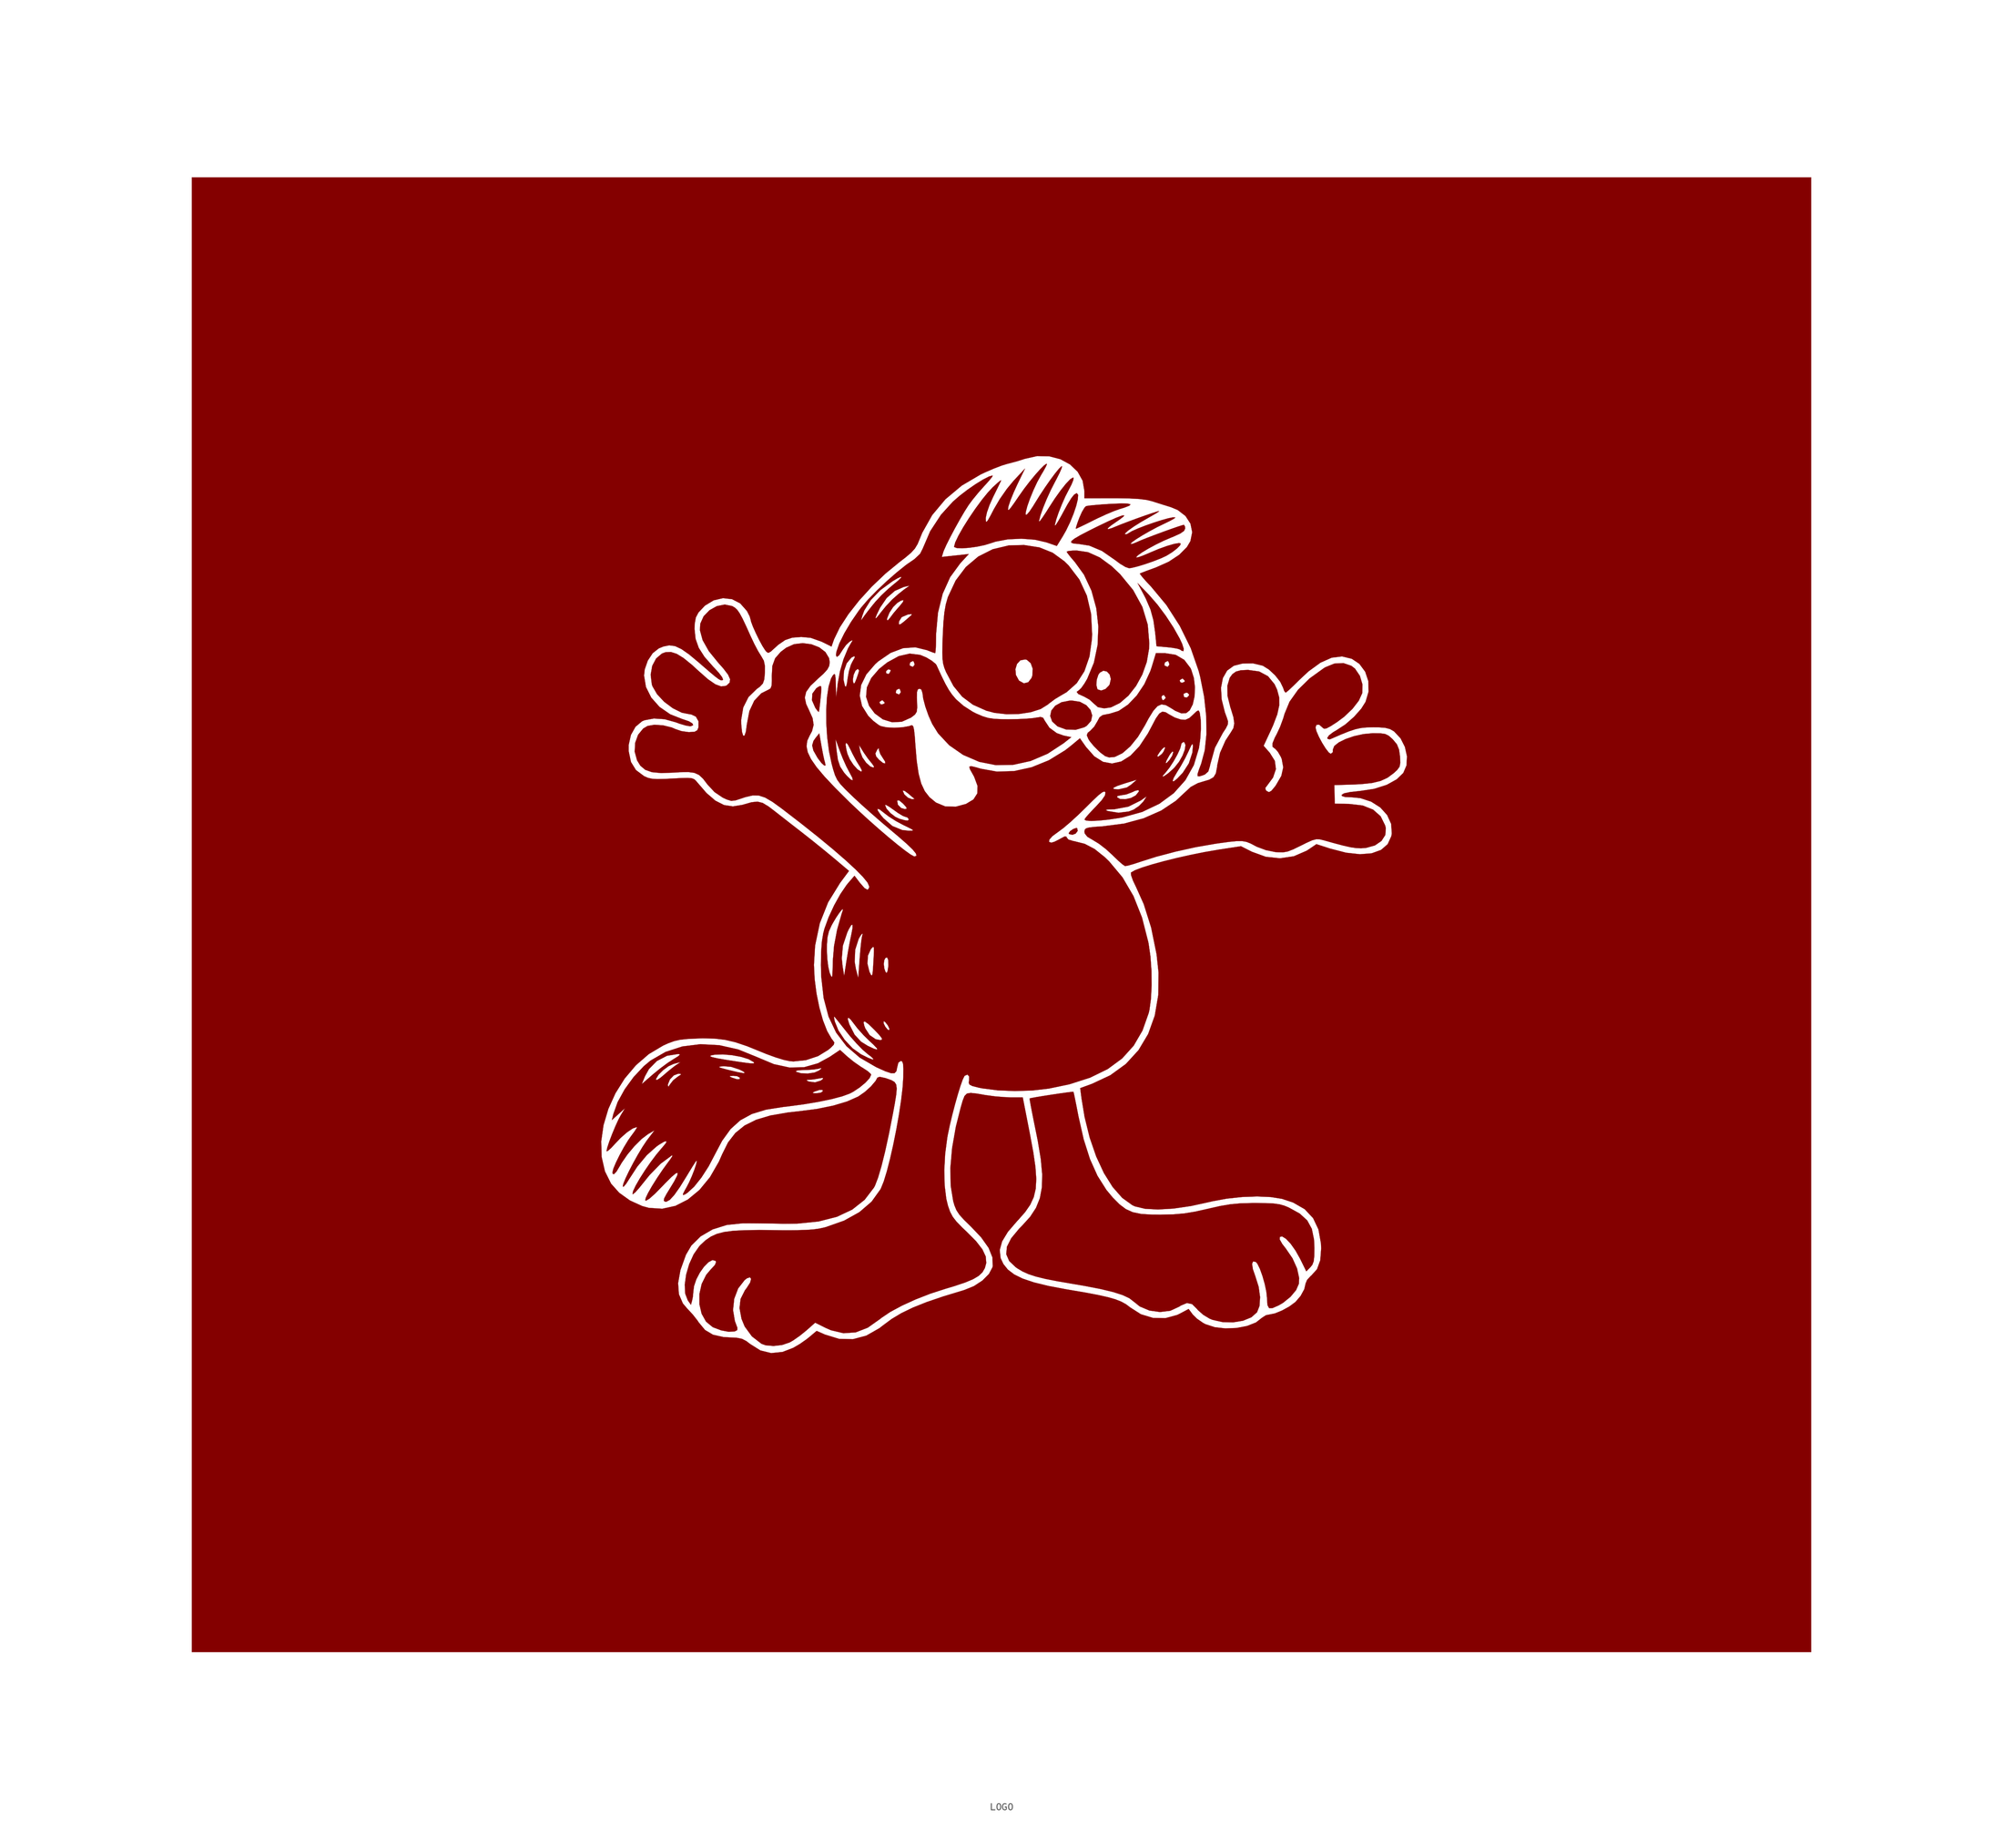
<source format=kicad_sym>
(kicad_symbol_lib
  (version 20210619)
  (generator bitmap2component)
  (symbol "LOGO"
    (pin_names
      (offset 1.016))
    (property "Reference" "#G"
      (at 0 98.055 0)
      (effects (font (size 1.27 1.27)) hide))
    (symbol "LOGO_0_0"
      (polyline (pts (xy 108.479 98.689) (xy -108.479 98.689) (xy -108.479 -30.497) (xy -53.629 -30.497) (xy -53.321 -28.333) (xy -52.674 -26.16) (xy -51.718 -24.05) (xy -50.477 -22.074) (xy -48.98 -20.303) (xy -47.252 -18.807) (xy -45.32 -17.657) (xy -44.664 -17.361) (xy -43.865 -17.066) (xy -43.059 -16.883) (xy -42.071 -16.778) (xy -40.728 -16.713) (xy -40.034 -16.695) (xy -38.469 -16.725) (xy -37.053 -16.891) (xy -35.634 -17.224) (xy -34.06 -17.756) (xy -32.179 -18.52) (xy -31.506 -18.795) (xy -30.275 -19.243) (xy -29.168 -19.582) (xy -28.361 -19.755) (xy -27.858 -19.79) (xy -26.204 -19.619) (xy -24.579 -19.079) (xy -23.204 -18.235) (xy -22.875 -17.957) (xy -22.471 -17.546) (xy -22.399 -17.257) (xy -22.598 -16.959) (xy -22.748 -16.779) (xy -23.356 -15.731) (xy -23.917 -14.292) (xy -24.402 -12.574) (xy -24.785 -10.687) (xy -25.037 -8.744) (xy -25.13 -6.855) (xy -24.975 -4.276) (xy -24.342 -1.264) (xy -23.225 1.542) (xy -21.63 4.128) (xy -20.432 5.742) (xy -22.453 7.445) (xy -22.83 7.76) (xy -24.088 8.793) (xy -25.451 9.889) (xy -26.68 10.858) (xy -27.183 11.248) (xy -28.38 12.178) (xy -29.544 13.088) (xy -30.485 13.824) (xy -31.232 14.392) (xy -32.003 14.855) (xy -32.695 15.026) (xy -33.488 14.943) (xy -34.56 14.639) (xy -34.728 14.589) (xy -35.993 14.387) (xy -37.171 14.565) (xy -38.327 15.152) (xy -39.523 16.181) (xy -40.821 17.682) (xy -40.927 17.812) (xy -41.167 18.031) (xy -41.498 18.157) (xy -42.029 18.204) (xy -42.87 18.186) (xy -44.128 18.119) (xy -45.066 18.071) (xy -46.109 18.048) (xy -46.839 18.094) (xy -47.383 18.22) (xy -47.871 18.437) (xy -47.897 18.451) (xy -48.977 19.261) (xy -49.644 20.342) (xy -49.946 21.771) (xy -49.945 22.645) (xy -49.648 23.969) (xy -49.035 25.061) (xy -48.165 25.791) (xy -47.83 25.937) (xy -46.582 26.168) (xy -45.136 26.076) (xy -43.656 25.665) (xy -43.131 25.472) (xy -42.321 25.23) (xy -41.772 25.135) (xy -41.605 25.143) (xy -41.306 25.272) (xy -41.419 25.511) (xy -41.879 25.792) (xy -42.624 26.047) (xy -42.691 26.064) (xy -44.382 26.728) (xy -45.816 27.72) (xy -46.923 28.967) (xy -47.637 30.393) (xy -47.89 31.922) (xy -47.801 32.741) (xy -47.392 33.921) (xy -46.734 34.919) (xy -45.92 35.562) (xy -45.31 35.815) (xy -44.524 35.976) (xy -43.747 35.876) (xy -42.89 35.481) (xy -41.859 34.76) (xy -40.563 33.681) (xy -40.14 33.312) (xy -39.123 32.434) (xy -38.414 31.839) (xy -37.947 31.482) (xy -37.654 31.311) (xy -37.469 31.281) (xy -37.324 31.342) (xy -37.301 31.377) (xy -37.433 31.707) (xy -37.864 32.281) (xy -38.523 33.002) (xy -38.615 33.096) (xy -39.791 34.43) (xy -40.562 35.638) (xy -40.987 36.838) (xy -41.126 38.146) (xy -41.112 38.803) (xy -40.958 39.696) (xy -40.597 40.379) (xy -39.731 41.296) (xy -38.557 42.009) (xy -37.318 42.299) (xy -36.105 42.163) (xy -35.01 41.599) (xy -34.125 40.603) (xy -34.057 40.49) (xy -33.733 39.846) (xy -33.602 39.392) (xy -33.551 39.151) (xy -33.306 38.492) (xy -32.921 37.626) (xy -32.47 36.706) (xy -32.027 35.887) (xy -31.665 35.322) (xy -31.481 35.096) (xy -31.242 34.964) (xy -30.926 35.127) (xy -30.379 35.621) (xy -29.88 36.068) (xy -28.971 36.692) (xy -28.028 37.005) (xy -26.834 37.098) (xy -25.567 36.984) (xy -24.089 36.46) (xy -22.774 35.81) (xy -22.49 36.624) (xy -22.426 36.8) (xy -21.657 38.389) (xy -20.512 40.148) (xy -19.064 41.991) (xy -17.386 43.831) (xy -15.55 45.584) (xy -13.629 47.161) (xy -12.87 47.743) (xy -12.109 48.389) (xy -11.602 48.95) (xy -11.242 49.55) (xy -10.924 50.315) (xy -10.618 51.062) (xy -9.283 53.435) (xy -7.507 55.555) (xy -5.326 57.383) (xy -2.778 58.882) (xy -2.215 59.147) (xy -1.037 59.658) (xy 0.025 60.066) (xy 0.794 60.301) (xy 0.993 60.347) (xy 2.097 60.643) (xy 3.142 60.974) (xy 4.772 61.339) (xy 6.384 61.311) (xy 7.878 60.924) (xy 9.176 60.221) (xy 10.2 59.243) (xy 10.871 58.035) (xy 11.113 56.638) (xy 11.113 55.681) (xy 15.015 55.688) (xy 15.447 55.688) (xy 17.164 55.661) (xy 18.471 55.587) (xy 19.464 55.458) (xy 20.241 55.264) (xy 20.635 55.137) (xy 21.723 54.792) (xy 22.678 54.498) (xy 23.61 54.109) (xy 24.652 53.305) (xy 25.316 52.284) (xy 25.553 51.133) (xy 25.311 49.938) (xy 24.842 49.144) (xy 23.804 48.102) (xy 22.387 47.168) (xy 20.675 46.405) (xy 20.387 46.301) (xy 19.484 45.97) (xy 18.827 45.718) (xy 18.544 45.596) (xy 18.555 45.543) (xy 18.814 45.193) (xy 19.334 44.596) (xy 20.036 43.843) (xy 20.058 43.82) (xy 22.093 41.373) (xy 23.889 38.575) (xy 25.359 35.581) (xy 26.416 32.544) (xy 26.622 31.747) (xy 27.15 29.085) (xy 27.429 26.492) (xy 27.459 24.066) (xy 27.234 21.906) (xy 26.754 20.108) (xy 26.476 19.377) (xy 26.269 18.736) (xy 26.276 18.443) (xy 26.509 18.411) (xy 26.98 18.558) (xy 27.273 18.679) (xy 27.71 19.078) (xy 27.927 19.801) (xy 27.953 19.957) (xy 28.594 22.25) (xy 29.656 24.242) (xy 30.041 24.821) (xy 30.312 25.362) (xy 30.343 25.795) (xy 30.181 26.302) (xy 29.927 26.989) (xy 29.494 28.72) (xy 29.406 30.273) (xy 29.654 31.585) (xy 30.23 32.594) (xy 31.126 33.238) (xy 32.272 33.534) (xy 33.702 33.556) (xy 35.004 33.245) (xy 35.011 33.241) (xy 35.83 32.73) (xy 36.662 31.952) (xy 37.348 31.081) (xy 37.728 30.29) (xy 37.879 29.857) (xy 38.063 29.637) (xy 38.132 29.672) (xy 38.511 29.989) (xy 39.123 30.563) (xy 39.874 31.308) (xy 41.128 32.482) (xy 42.736 33.651) (xy 44.23 34.319) (xy 45.625 34.49) (xy 46.934 34.172) (xy 47.946 33.492) (xy 48.728 32.437) (xy 49.153 31.159) (xy 49.181 29.774) (xy 48.777 28.399) (xy 48.196 27.479) (xy 47.226 26.386) (xy 46.068 25.373) (xy 44.881 24.595) (xy 44.426 24.328) (xy 43.873 23.904) (xy 43.656 23.586) (xy 43.693 23.438) (xy 43.987 23.372) (xy 45.444 24.004) (xy 46.544 24.447) (xy 47.407 24.733) (xy 48.154 24.897) (xy 48.907 24.972) (xy 49.788 24.993) (xy 50.49 24.988) (xy 51.409 24.921) (xy 52.048 24.754) (xy 52.566 24.457) (xy 52.605 24.427) (xy 53.463 23.515) (xy 54.048 22.357) (xy 54.326 21.099) (xy 54.265 19.888) (xy 53.831 18.871) (xy 52.953 18.018) (xy 51.607 17.275) (xy 49.927 16.74) (xy 48.004 16.45) (xy 47.973 16.448) (xy 46.715 16.312) (xy 45.901 16.14) (xy 45.574 15.941) (xy 45.612 15.78) (xy 46.021 15.65) (xy 46.894 15.61) (xy 48.081 15.497) (xy 49.529 15.024) (xy 50.749 14.246) (xy 51.666 13.23) (xy 52.206 12.044) (xy 52.293 10.756) (xy 52.23 10.4) (xy 51.737 9.323) (xy 50.849 8.555) (xy 49.602 8.103) (xy 48.029 7.975) (xy 46.165 8.181) (xy 44.044 8.729) (xy 42.189 9.326) (xy 41.166 8.632) (xy 40.877 8.446) (xy 39.167 7.704) (xy 37.313 7.431) (xy 35.407 7.632) (xy 33.542 8.309) (xy 32.077 9.05) (xy 29.202 8.61) (xy 29.036 8.584) (xy 27.234 8.273) (xy 25.36 7.897) (xy 23.499 7.48) (xy 21.736 7.043) (xy 20.156 6.608) (xy 18.843 6.198) (xy 17.881 5.833) (xy 17.357 5.537) (xy 17.345 5.522) (xy 17.366 5.152) (xy 17.616 4.447) (xy 18.057 3.519) (xy 19.055 1.296) (xy 20.049 -1.851) (xy 20.776 -5.423) (xy 21.043 -7.889) (xy 21.004 -10.897) (xy 20.536 -13.645) (xy 19.649 -16.114) (xy 18.353 -18.284) (xy 16.657 -20.134) (xy 14.572 -21.646) (xy 12.108 -22.798) (xy 10.545 -23.368) (xy 10.718 -24.715) (xy 11.131 -27.229) (xy 11.814 -30.001) (xy 12.687 -32.528) (xy 13.722 -34.754) (xy 14.893 -36.621) (xy 16.173 -38.075) (xy 17.536 -39.059) (xy 17.887 -39.217) (xy 19.23 -39.536) (xy 20.967 -39.632) (xy 23.036 -39.509) (xy 25.372 -39.169) (xy 27.914 -38.614) (xy 28.224 -38.539) (xy 30.167 -38.18) (xy 32.228 -37.96) (xy 34.253 -37.887) (xy 36.085 -37.965) (xy 37.571 -38.203) (xy 39.064 -38.697) (xy 40.617 -39.59) (xy 41.745 -40.788) (xy 42.466 -42.311) (xy 42.801 -44.18) (xy 42.831 -44.854) (xy 42.709 -46.437) (xy 42.275 -47.632) (xy 41.516 -48.478) (xy 41.434 -48.541) (xy 40.946 -49.062) (xy 40.746 -49.54) (xy 40.569 -50.306) (xy 40.076 -51.217) (xy 39.382 -52.027) (xy 39.379 -52.03) (xy 38.577 -52.624) (xy 37.599 -53.165) (xy 36.64 -53.558) (xy 35.894 -53.711) (xy 35.433 -53.8) (xy 34.891 -54.149) (xy 34.094 -54.773) (xy 32.912 -55.24) (xy 31.503 -55.513) (xy 30.008 -55.574) (xy 28.567 -55.41) (xy 27.321 -55.003) (xy 27.01 -54.837) (xy 26.2 -54.277) (xy 25.618 -53.704) (xy 25.072 -52.965) (xy 23.874 -53.602) (xy 23.532 -53.769) (xy 21.945 -54.2) (xy 20.288 -54.164) (xy 18.677 -53.674) (xy 17.225 -52.746) (xy 17.224 -52.745) (xy 16.687 -52.338) (xy 16.066 -51.991) (xy 15.286 -51.681) (xy 14.275 -51.39) (xy 12.959 -51.094) (xy 11.265 -50.773) (xy 9.12 -50.406) (xy 8.607 -50.319) (xy 6.239 -49.869) (xy 4.335 -49.402) (xy 2.839 -48.898) (xy 1.697 -48.334) (xy 0.852 -47.689) (xy 0.252 -46.942) (xy -0.119 -46.151) (xy -0.239 -45.067) (xy 0.081 -43.907) (xy 0.856 -42.627) (xy 2.101 -41.179) (xy 2.251 -41.023) (xy 3.165 -39.983) (xy 3.851 -38.994) (xy 4.32 -37.976) (xy 4.584 -36.849) (xy 4.655 -35.533) (xy 4.546 -33.948) (xy 4.268 -32.014) (xy 3.833 -29.651) (xy 2.847 -24.606) (xy 1.225 -24.604) (xy 0.462 -24.58) (xy -0.878 -24.471) (xy -2.117 -24.305) (xy -3.309 -24.099) (xy -4.123 -24.01) (xy -4.635 -24.1) (xy -4.957 -24.428) (xy -5.202 -25.051) (xy -5.482 -26.026) (xy -6.119 -28.558) (xy -6.619 -31.414) (xy -6.849 -34.078) (xy -6.802 -36.466) (xy -6.472 -38.495) (xy -6.305 -39.077) (xy -6.037 -39.729) (xy -5.64 -40.333) (xy -5.024 -41.021) (xy -4.099 -41.924) (xy -2.734 -43.355) (xy -1.724 -44.779) (xy -1.207 -46.071) (xy -1.176 -47.243) (xy -1.207 -47.376) (xy -1.683 -48.279) (xy -2.551 -49.153) (xy -3.698 -49.904) (xy -5.011 -50.437) (xy -5.169 -50.483) (xy -7.822 -51.289) (xy -10.031 -52.043) (xy -11.867 -52.776) (xy -13.405 -53.52) (xy -14.717 -54.306) (xy -15.877 -55.167) (xy -16.354 -55.537) (xy -18.115 -56.541) (xy -19.922 -57.02) (xy -21.769 -56.972) (xy -23.651 -56.396) (xy -24.765 -55.904) (xy -25.801 -56.773) (xy -26.088 -57.003) (xy -27.023 -57.659) (xy -27.906 -58.176) (xy -29.33 -58.724) (xy -30.861 -58.88) (xy -32.303 -58.524) (xy -33.687 -57.652) (xy -34.176 -57.276) (xy -34.753 -56.974) (xy -35.447 -56.829) (xy -36.465 -56.777) (xy -37.25 -56.731) (xy -38.651 -56.418) (xy -39.725 -55.778) (xy -40.56 -54.769) (xy -40.738 -54.503) (xy -41.385 -53.682) (xy -42.103 -52.916) (xy -42.691 -52.22) (xy -43.222 -50.985) (xy -43.329 -49.502) (xy -43.014 -47.748) (xy -42.276 -45.699) (xy -41.558 -44.472) (xy -40.307 -43.233) (xy -38.7 -42.298) (xy -36.799 -41.703) (xy -34.666 -41.482) (xy -33.705 -41.48) (xy -32.317 -41.491) (xy -30.764 -41.512) (xy -29.236 -41.542) (xy -27.377 -41.529) (xy -24.513 -41.24) (xy -22.054 -40.612) (xy -19.997 -39.645) (xy -18.34 -38.338) (xy -17.08 -36.689) (xy -16.943 -36.425) (xy -16.537 -35.368) (xy -16.084 -33.834) (xy -15.593 -31.86) (xy -15.075 -29.483) (xy -14.538 -26.738) (xy -14.295 -25.418) (xy -14.105 -24.24) (xy -14.038 -23.426) (xy -14.109 -22.891) (xy -14.33 -22.551) (xy -14.715 -22.319) (xy -15.278 -22.112) (xy -15.573 -22.016) (xy -16.32 -21.857) (xy -16.626 -21.964) (xy -16.873 -22.413) (xy -17.488 -23.134) (xy -18.294 -23.866) (xy -19.144 -24.462) (xy -19.242 -24.518) (xy -20.696 -25.161) (xy -22.563 -25.717) (xy -24.739 -26.161) (xy -27.119 -26.466) (xy -28.597 -26.628) (xy -30.948 -27.034) (xy -32.871 -27.608) (xy -34.423 -28.381) (xy -35.659 -29.384) (xy -36.637 -30.649) (xy -37.413 -32.208) (xy -37.857 -33.216) (xy -39.054 -35.298) (xy -40.453 -37.002) (xy -42.011 -38.295) (xy -43.69 -39.149) (xy -45.448 -39.534) (xy -47.244 -39.42) (xy -48.136 -39.175) (xy -49.775 -38.427) (xy -51.218 -37.393) (xy -52.303 -36.178) (xy -53.128 -34.519) (xy -53.574 -32.583) (xy -53.629 -30.497) (xy -108.479 -30.497) (xy -108.479 -98.954) (xy 108.479 -98.954) (xy 108.479 98.689)) (stroke (width 0.01)) (fill (type outline)))
      (polyline (pts (xy -29.39 -57.79) (xy -28.366 -57.442) (xy -27.898 -57.168) (xy -27.022 -56.558) (xy -26.173 -55.872) (xy -24.962 -54.804) (xy -23.535 -55.511) (xy -22.851 -55.812) (xy -21.172 -56.213) (xy -19.533 -56.099) (xy -17.909 -55.467) (xy -16.272 -54.31) (xy -16.093 -54.163) (xy -14.906 -53.364) (xy -13.341 -52.521) (xy -11.514 -51.688) (xy -9.544 -50.919) (xy -7.547 -50.27) (xy -6.362 -49.916) (xy -4.881 -49.422) (xy -3.801 -48.97) (xy -3.047 -48.522) (xy -2.547 -48.039) (xy -2.228 -47.484) (xy -2.043 -46.8) (xy -2.117 -45.923) (xy -2.563 -44.971) (xy -3.409 -43.882) (xy -4.688 -42.596) (xy -5.251 -42.062) (xy -6.021 -41.272) (xy -6.533 -40.61) (xy -6.885 -39.943) (xy -7.172 -39.134) (xy -7.399 -38.197) (xy -7.616 -36.417) (xy -7.666 -34.364) (xy -7.55 -32.178) (xy -7.264 -29.999) (xy -7.202 -29.657) (xy -6.938 -28.394) (xy -6.605 -26.994) (xy -6.234 -25.568) (xy -5.855 -24.223) (xy -5.498 -23.068) (xy -5.194 -22.212) (xy -4.972 -21.765) (xy -4.917 -21.703) (xy -4.561 -21.553) (xy -4.333 -21.809) (xy -4.344 -22.364) (xy -4.389 -22.615) (xy -4.297 -22.889) (xy -3.907 -23.086) (xy -3.108 -23.291) (xy -2.609 -23.394) (xy -0.537 -23.662) (xy 1.779 -23.76) (xy 4.135 -23.685) (xy 6.327 -23.432) (xy 9.09 -22.856) (xy 11.878 -21.963) (xy 14.229 -20.813) (xy 16.167 -19.389) (xy 17.713 -17.673) (xy 18.891 -15.649) (xy 19.723 -13.3) (xy 19.821 -12.875) (xy 20.023 -11.377) (xy 20.112 -9.579) (xy 20.09 -7.646) (xy 19.955 -5.736) (xy 19.709 -4.014) (xy 19.667 -3.802) (xy 18.825 -0.508) (xy 17.68 2.373) (xy 16.216 4.873) (xy 14.42 7.022) (xy 13.857 7.567) (xy 12.477 8.675) (xy 11.144 9.373) (xy 9.752 9.722) (xy 9.629 9.741) (xy 8.976 9.938) (xy 8.731 10.217) (xy 8.704 10.339) (xy 8.452 10.356) (xy 7.871 10.051) (xy 7.744 9.975) (xy 7.11 9.656) (xy 6.681 9.526) (xy 6.365 9.632) (xy 6.417 9.951) (xy 6.841 10.421) (xy 7.598 10.974) (xy 7.61 10.982) (xy 8.29 11.488) (xy 9.211 12.27) (xy 10.254 13.224) (xy 11.299 14.244) (xy 12.214 15.156) (xy 12.977 15.872) (xy 13.482 16.27) (xy 13.781 16.393) (xy 13.925 16.279) (xy 13.934 16.252) (xy 13.858 15.84) (xy 13.699 15.61) (xy 15.478 15.61) (xy 15.547 15.792) (xy 16.005 15.875) (xy 16.723 15.996) (xy 17.5 16.291) (xy 17.909 16.482) (xy 18.359 16.581) (xy 18.403 16.38) (xy 18.014 15.897) (xy 17.95 15.838) (xy 17.338 15.511) (xy 16.585 15.349) (xy 15.897 15.374) (xy 15.478 15.61) (xy 13.699 15.61) (xy 13.426 15.214) (xy 12.604 14.324) (xy 12.407 14.123) (xy 12.201 13.905) (xy 13.959 13.905) (xy 14.161 13.967) (xy 14.843 13.996) (xy 15.122 14.007) (xy 17.001 14.357) (xy 18.653 15.182) (xy 19.447 15.732) (xy 19.028 15.076) (xy 18.99 15.02) (xy 18.429 14.446) (xy 17.705 13.957) (xy 17.051 13.704) (xy 15.682 13.534) (xy 14.287 13.758) (xy 14.19 13.79) (xy 13.959 13.905) (xy 12.201 13.905) (xy 11.748 13.424) (xy 11.286 12.891) (xy 11.113 12.626) (xy 11.353 12.487) (xy 12.026 12.441) (xy 13.046 12.487) (xy 14.325 12.619) (xy 15.774 12.835) (xy 16.213 12.915) (xy 18.845 13.645) (xy 21.144 14.737) (xy 23.083 16.164) (xy 24.634 17.903) (xy 25.767 19.928) (xy 26.456 22.214) (xy 26.457 22.215) (xy 26.63 23.47) (xy 26.709 24.797) (xy 26.689 26) (xy 26.567 26.881) (xy 26.517 27.054) (xy 26.384 27.25) (xy 26.131 27.126) (xy 25.634 26.651) (xy 25.162 26.228) (xy 24.636 25.992) (xy 24 26.034) (xy 23.201 26.304) (xy 22.408 26.746) (xy 21.987 27.008) (xy 21.546 27.082) (xy 21.135 26.823) (xy 20.68 26.177) (xy 20.107 25.091) (xy 19.614 24.161) (xy 18.466 22.429) (xy 17.289 21.198) (xy 20.885 21.198) (xy 21.212 21.7) (xy 21.511 22.071) (xy 21.836 22.349) (xy 21.927 22.243) (xy 21.725 21.75) (xy 21.491 21.423) (xy 21.039 21.073) (xy 20.914 21.041) (xy 20.885 21.198) (xy 17.289 21.198) (xy 17.267 21.176) (xy 16.042 20.408) (xy 15.048 20.186) (xy 21.989 20.186) (xy 22.104 20.534) (xy 22.489 21.226) (xy 22.619 21.43) (xy 22.909 21.76) (xy 23.018 21.659) (xy 22.873 21.185) (xy 22.498 20.601) (xy 22.141 20.22) (xy 21.989 20.186) (xy 15.048 20.186) (xy 14.813 20.133) (xy 13.604 20.359) (xy 12.436 21.092) (xy 11.333 22.339) (xy 10.505 23.514) (xy 9.288 22.501) (xy 8.529 21.909) (xy 6.346 20.57) (xy 4.037 19.633) (xy 1.688 19.119) (xy -0.62 19.049) (xy -2.802 19.444) (xy -3.421 19.629) (xy -4.071 19.782) (xy -4.317 19.708) (xy -4.221 19.361) (xy -3.848 18.696) (xy -3.664 18.365) (xy -3.664 18.364) (xy 21.588 18.364) (xy 21.612 18.496) (xy 22.004 18.95) (xy 22.506 19.587) (xy 23.062 20.444) (xy 23.567 21.347) (xy 23.935 22.138) (xy 24.077 22.661) (xy 24.1 22.807) (xy 24.342 23.019) (xy 24.504 22.974) (xy 24.651 22.61) (xy 24.556 21.979) (xy 24.257 21.195) (xy 23.793 20.371) (xy 23.201 19.624) (xy 22.977 19.398) (xy 22.337 18.826) (xy 21.828 18.465) (xy 21.588 18.364) (xy -3.664 18.364) (xy -3.211 17.137) (xy -3.224 16.74) (xy 14.983 16.74) (xy 15.015 16.898) (xy 15.556 17.151) (xy 16.612 17.502) (xy 18.124 17.964) (xy 17.906 17.774) (xy 22.918 17.774) (xy 23.053 18.186) (xy 23.525 18.986) (xy 24.003 19.762) (xy 24.619 20.87) (xy 25.082 21.828) (xy 25.163 22.014) (xy 25.453 22.618) (xy 25.607 22.764) (xy 25.654 22.489) (xy 25.57 21.588) (xy 25.097 20.149) (xy 24.291 18.9) (xy 24.29 18.899) (xy 23.561 18.128) (xy 23.095 17.754) (xy 22.918 17.774) (xy 17.906 17.774) (xy 17.382 17.316) (xy 16.793 16.921) (xy 15.684 16.669) (xy 15.456 16.672) (xy 14.983 16.74) (xy -3.224 16.74) (xy -3.243 16.122) (xy -3.759 15.316) (xy -4.76 14.716) (xy -6.136 14.344) (xy -7.538 14.382) (xy -8.752 14.889) (xy -8.831 14.943) (xy -9.648 15.62) (xy -10.28 16.431) (xy -10.758 17.457) (xy -11.107 18.774) (xy -11.358 20.461) (xy -11.538 22.598) (xy -11.62 23.748) (xy -11.709 24.598) (xy -11.813 25.073) (xy -11.952 25.258) (xy -12.145 25.232) (xy -12.383 25.145) (xy -13.277 24.985) (xy -14.363 24.928) (xy -15.404 24.98) (xy -16.166 25.146) (xy -16.461 25.303) (xy -17.173 25.843) (xy -17.859 26.53) (xy -17.861 26.532) (xy -18.686 27.848) (xy -18.999 29.236) (xy -18.805 30.66) (xy -18.108 32.081) (xy -16.916 33.46) (xy -16.489 33.841) (xy -14.853 34.963) (xy -13.197 35.59) (xy -11.556 35.713) (xy -9.963 35.322) (xy -9.782 35.247) (xy -9.191 35.017) (xy -8.893 34.925) (xy -8.878 34.941) (xy -8.825 35.295) (xy -8.787 36.021) (xy -8.773 36.991) (xy -8.768 37.477) (xy -8.513 40.334) (xy -7.88 42.89) (xy -6.88 45.112) (xy -5.525 46.967) (xy -4.38 48.209) (xy -6.187 48.015) (xy -7.995 47.822) (xy -7.807 48.451) (xy -7.728 48.674) (xy -7.383 49.443) (xy -6.862 50.482) (xy -6.237 51.661) (xy -5.573 52.854) (xy -4.941 53.932) (xy -4.409 54.769) (xy -3.894 55.466) (xy -3.101 56.437) (xy -2.289 57.348) (xy -2.191 57.453) (xy -1.61 58.104) (xy -1.249 58.563) (xy -1.181 58.737) (xy -1.656 58.605) (xy -2.464 58.196) (xy -3.465 57.581) (xy -4.547 56.833) (xy -5.601 56.024) (xy -6.516 55.227) (xy -8.11 53.469) (xy -9.555 51.264) (xy -10.553 48.938) (xy -10.9 48.248) (xy -11.674 47.516) (xy -11.723 47.486) (xy -12.762 46.769) (xy -14.016 45.764) (xy -15.366 44.582) (xy -16.69 43.331) (xy -17.869 42.122) (xy -18.781 41.063) (xy -19.146 40.582) (xy -20.032 39.291) (xy -18.826 39.291) (xy -18.643 39.952) (xy -18.388 40.646) (xy -17.522 42.033) (xy -16.234 43.367) (xy -14.593 44.57) (xy -13.931 44.959) (xy -13.468 45.167) (xy -13.422 45.072) (xy -13.791 44.692) (xy -14.578 44.04) (xy -15.149 43.561) (xy -16.1 42.667) (xy -16.883 41.824) (xy -17.275 41.348) (xy -17.894 40.568) (xy -18.343 39.972) (xy -18.593 39.619) (xy -16.896 39.619) (xy -16.721 40.085) (xy -16.276 41.003) (xy -16.261 41.033) (xy -15.386 42.317) (xy -14.294 43.272) (xy -13.097 43.797) (xy -12.303 43.978) (xy -12.965 43.513) (xy -13.121 43.398) (xy -13.804 42.852) (xy -14.519 42.227) (xy -14.71 42.045) (xy -15.483 41.221) (xy -16.172 40.375) (xy -16.433 40.029) (xy -16.8 39.602) (xy -16.896 39.619) (xy -18.593 39.619) (xy -18.764 39.377) (xy -15.346 39.377) (xy -15.314 39.616) (xy -15.017 40.344) (xy -14.521 41.101) (xy -13.966 41.656) (xy -13.466 41.966) (xy -13.139 42.047) (xy -13.199 41.785) (xy -13.666 41.209) (xy -13.826 41.035) (xy -14.442 40.313) (xy -14.909 39.695) (xy -14.937 39.653) (xy -15.227 39.325) (xy -15.346 39.377) (xy -18.764 39.377) (xy -18.826 39.291) (xy -20.032 39.291) (xy -20.171 39.089) (xy -20.274 38.914) (xy -13.754 38.914) (xy -13.724 39.194) (xy -13.368 39.757) (xy -12.565 40.097) (xy -12.498 40.113) (xy -12.053 40.166) (xy -12.039 40.048) (xy -12.467 39.667) (xy -13.14 39.089) (xy -13.531 38.802) (xy -13.712 38.76) (xy -13.754 38.914) (xy -20.274 38.914) (xy -21.055 37.595) (xy -21.727 36.23) (xy -22.112 35.123) (xy -22.177 34.643) (xy -22.056 34.422) (xy -21.761 34.633) (xy -21.348 35.265) (xy -21.308 35.338) (xy -20.834 36.009) (xy -20.349 36.466) (xy -20.039 36.649) (xy -19.96 36.607) (xy -20.21 36.192) (xy -20.566 35.561) (xy -21.161 34.127) (xy -21.64 32.488) (xy -21.84 31.384) (xy -21.172 31.384) (xy -21.109 32.521) (xy -20.748 33.56) (xy -20.132 34.308) (xy -20.061 34.359) (xy -19.692 34.538) (xy -19.667 34.33) (xy -19.991 33.749) (xy -20.173 33.378) (xy -20.438 32.518) (xy -20.611 31.543) (xy -20.629 31.412) (xy -19.913 31.412) (xy -19.802 32.042) (xy -19.562 32.58) (xy -19.272 32.808) (xy -19.244 32.807) (xy -19.07 32.61) (xy -19.076 32.572) (xy -19.202 32.142) (xy -19.43 31.485) (xy -19.628 30.994) (xy -19.781 30.829) (xy -19.889 31.088) (xy -19.913 31.412) (xy -20.629 31.412) (xy -20.71 30.824) (xy -20.837 30.415) (xy -20.972 30.515) (xy -21.172 31.384) (xy -21.84 31.384) (xy -21.937 30.853) (xy -22.156 28.972) (xy -22.199 30.692) (xy -22.233 31.58) (xy -22.295 32.042) (xy -22.412 32.131) (xy -22.61 31.925) (xy -22.841 31.519) (xy -23.164 30.451) (xy -23.377 29.025) (xy -23.48 27.344) (xy -23.47 25.509) (xy -23.347 23.623) (xy -23.32 23.416) (xy -22.24 23.416) (xy -21.967 22.669) (xy -20.892 22.669) (xy -20.827 22.923) (xy -20.602 22.714) (xy -20.554 22.622) (xy -19.088 22.622) (xy -18.512 21.696) (xy -18.439 21.58) (xy -18.367 21.477) (xy -16.899 21.477) (xy -16.669 21.96) (xy -16.631 22.018) (xy -16.45 22.213) (xy -16.408 21.93) (xy -16.408 21.917) (xy -16.239 21.412) (xy -15.856 20.805) (xy -15.588 20.391) (xy -15.58 20.134) (xy -15.878 20.209) (xy -16.404 20.637) (xy -16.789 21.074) (xy -16.899 21.477) (xy -18.367 21.477) (xy -17.899 20.806) (xy -17.389 20.174) (xy -17.351 20.133) (xy -17.083 19.741) (xy -17.137 19.579) (xy -17.565 19.732) (xy -18.137 20.241) (xy -18.634 20.95) (xy -18.917 21.696) (xy -19.088 22.622) (xy -20.554 22.622) (xy -20.235 22.015) (xy -19.967 21.454) (xy -19.473 20.529) (xy -19.042 19.832) (xy -18.945 19.69) (xy -18.713 19.234) (xy -18.757 19.05) (xy -18.838 19.061) (xy -19.304 19.363) (xy -19.84 19.96) (xy -20.326 20.701) (xy -20.641 21.431) (xy -20.78 21.975) (xy -20.892 22.669) (xy -21.967 22.669) (xy -21.612 21.696) (xy -21.263 20.811) (xy -20.796 19.766) (xy -20.381 18.973) (xy -20.365 18.946) (xy -19.984 18.222) (xy -19.92 17.886) (xy -20.159 17.957) (xy -20.691 18.457) (xy -21.1 18.925) (xy -21.618 19.723) (xy -21.921 20.634) (xy -22.095 21.866) (xy -22.24 23.416) (xy -23.32 23.416) (xy -23.109 21.789) (xy -22.756 20.108) (xy -22.553 19.351) (xy -22.304 18.571) (xy -22.011 17.958) (xy -21.587 17.379) (xy -20.949 16.701) (xy -20.711 16.469) (xy -13.229 16.469) (xy -13.215 16.514) (xy -12.966 16.461) (xy -12.502 16.119) (xy -12.397 16.028) (xy -11.916 15.614) (xy -11.664 15.412) (xy -11.667 15.378) (xy -11.976 15.346) (xy -11.992 15.346) (xy -12.528 15.549) (xy -13.016 15.991) (xy -13.229 16.469) (xy -20.711 16.469) (xy -20.012 15.79) (xy -19.785 15.573) (xy -19.309 15.135) (xy -13.979 15.135) (xy -13.96 15.183) (xy -13.699 15.189) (xy -13.18 14.751) (xy -12.771 14.3) (xy -12.692 14.077) (xy -12.949 14.023) (xy -13.447 14.172) (xy -13.88 14.607) (xy -13.979 15.135) (xy -19.309 15.135) (xy -18.713 14.586) (xy -15.61 14.586) (xy -15.483 14.59) (xy -15.044 14.346) (xy -14.399 13.889) (xy -13.867 13.508) (xy -13.217 13.116) (xy -12.812 12.964) (xy -12.648 12.938) (xy -12.435 12.7) (xy -12.445 12.584) (xy -12.567 12.478) (xy -12.934 12.525) (xy -13.675 12.727) (xy -14.22 12.983) (xy -14.883 13.495) (xy -15.402 14.082) (xy -15.61 14.586) (xy -18.713 14.586) (xy -18.687 14.562) (xy -18.139 14.073) (xy -16.615 14.073) (xy -16.319 13.973) (xy -15.695 13.487) (xy -15.124 13.049) (xy -14.139 12.42) (xy -13.115 11.873) (xy -12.752 11.7) (xy -12.087 11.37) (xy -11.842 11.196) (xy -11.973 11.13) (xy -12.435 11.123) (xy -13.312 11.219) (xy -14.625 11.761) (xy -15.814 12.803) (xy -16.2 13.266) (xy -16.577 13.826) (xy -16.615 14.073) (xy -18.139 14.073) (xy -17.362 13.381) (xy -15.957 12.159) (xy -14.619 11.028) (xy -13.918 10.439) (xy -12.706 9.382) (xy -11.894 8.6) (xy -11.462 8.069) (xy -11.39 7.768) (xy -11.656 7.673) (xy -11.709 7.682) (xy -12.162 7.928) (xy -12.922 8.47) (xy -13.925 9.255) (xy -15.107 10.229) (xy -16.403 11.338) (xy -17.749 12.528) (xy -19.081 13.746) (xy -20.336 14.937) (xy -20.438 15.037) (xy -22.261 16.849) (xy -23.699 18.374) (xy -24.778 19.654) (xy -25.525 20.733) (xy -25.964 21.653) (xy -26.122 22.458) (xy -26.024 23.19) (xy -25.697 23.893) (xy -25.386 24.469) (xy -25.172 25.319) (xy -25.313 26.221) (xy -25.814 27.34) (xy -26.175 28.117) (xy -26.353 28.968) (xy -26.17 29.74) (xy -25.592 30.547) (xy -24.587 31.502) (xy -23.867 32.15) (xy -23.34 32.727) (xy -23.085 33.209) (xy -23.019 33.714) (xy -23.104 34.262) (xy -23.593 35.074) (xy -24.419 35.703) (xy -25.469 36.113) (xy -26.631 36.266) (xy -27.793 36.125) (xy -28.842 35.653) (xy -29.582 35.093) (xy -30.328 34.233) (xy -30.697 33.217) (xy -30.773 31.878) (xy -30.763 31.224) (xy -30.806 30.55) (xy -30.947 30.195) (xy -31.216 30.032) (xy -32.187 29.543) (xy -33.127 28.551) (xy -33.776 27.158) (xy -34.111 25.4) (xy -34.249 24.393) (xy -34.427 23.865) (xy -34.611 23.86) (xy -34.77 24.379) (xy -34.872 25.419) (xy -34.878 25.989) (xy -34.602 27.646) (xy -33.898 29.043) (xy -32.789 30.126) (xy -32.363 30.439) (xy -31.97 30.862) (xy -31.784 31.408) (xy -31.702 32.279) (xy -31.693 33.182) (xy -31.839 33.902) (xy -32.199 34.535) (xy -32.21 34.55) (xy -32.615 35.21) (xy -33.114 36.153) (xy -33.601 37.181) (xy -34.201 38.516) (xy -34.697 39.561) (xy -35.084 40.275) (xy -35.411 40.738) (xy -35.728 41.032) (xy -36.085 41.237) (xy -36.085 41.237) (xy -37.073 41.44) (xy -38.129 41.23) (xy -39.118 40.682) (xy -39.905 39.871) (xy -40.354 38.872) (xy -40.399 37.992) (xy -40.04 36.667) (xy -39.212 35.2) (xy -37.931 33.621) (xy -37.273 32.885) (xy -36.632 32.043) (xy -36.356 31.428) (xy -36.421 30.974) (xy -36.802 30.615) (xy -36.937 30.542) (xy -37.559 30.464) (xy -38.337 30.751) (xy -39.319 31.426) (xy -40.553 32.514) (xy -41.477 33.361) (xy -42.602 34.274) (xy -43.517 34.834) (xy -44.292 35.081) (xy -44.995 35.054) (xy -45.491 34.874) (xy -46.272 34.212) (xy -46.791 33.23) (xy -47 32.04) (xy -46.849 30.757) (xy -46.76 30.487) (xy -46.141 29.421) (xy -45.185 28.403) (xy -44.032 27.542) (xy -42.821 26.946) (xy -41.69 26.723) (xy -41.57 26.716) (xy -40.947 26.421) (xy -40.591 25.793) (xy -40.596 24.978) (xy -40.752 24.599) (xy -41.11 24.391) (xy -41.822 24.342) (xy -41.941 24.344) (xy -42.869 24.474) (xy -43.665 24.743) (xy -44.197 24.97) (xy -45.343 25.251) (xy -46.492 25.327) (xy -47.413 25.17) (xy -48.007 24.82) (xy -48.687 23.985) (xy -49.079 22.903) (xy -49.139 21.715) (xy -48.825 20.562) (xy -48.39 19.852) (xy -47.738 19.298) (xy -46.833 18.977) (xy -45.59 18.859) (xy -43.923 18.918) (xy -43.119 18.97) (xy -41.967 18.994) (xy -41.145 18.887) (xy -40.527 18.604) (xy -39.986 18.101) (xy -39.396 17.332) (xy -39.392 17.326) (xy -38.448 16.309) (xy -37.35 15.568) (xy -36.786 15.305) (xy -36.221 15.135) (xy -35.682 15.182) (xy -34.91 15.432) (xy -34.319 15.631) (xy -33.354 15.855) (xy -32.514 15.847) (xy -31.669 15.573) (xy -30.691 15.003) (xy -29.452 14.106) (xy -29.332 14.014) (xy -26.833 12.088) (xy -24.579 10.296) (xy -22.599 8.66) (xy -20.917 7.205) (xy -19.562 5.956) (xy -18.561 4.937) (xy -17.94 4.17) (xy -17.727 3.681) (xy -17.744 3.453) (xy -17.938 3.203) (xy -18.346 3.431) (xy -18.962 4.135) (xy -19.695 5.096) (xy -20.538 4.12) (xy -20.748 3.864) (xy -21.584 2.638) (xy -22.421 1.131) (xy -23.163 -0.471) (xy -23.715 -1.984) (xy -23.881 -2.619) (xy -24.063 -3.732) (xy -24.146 -4.895) (xy -23.396 -4.895) (xy -23.389 -4.138) (xy -23.312 -3.135) (xy -23.121 -2.349) (xy -22.779 -1.587) (xy -22.594 -1.247) (xy -22.152 -0.506) (xy -21.736 0.111) (xy -21.411 0.522) (xy -21.236 0.644) (xy -21.276 0.397) (xy -21.408 0.019) (xy -22.021 -2.133) (xy -22.432 -4.311) (xy -22.569 -5.975) (xy -21.4 -5.975) (xy -21.252 -4.269) (xy -20.665 -2.514) (xy -20.463 -2.08) (xy -20.134 -1.518) (xy -19.959 -1.457) (xy -19.951 -1.89) (xy -20.125 -2.809) (xy -20.136 -2.86) (xy -20.331 -3.802) (xy -20.551 -5.004) (xy -20.752 -6.218) (xy -20.785 -6.431) (xy -19.673 -6.431) (xy -19.604 -4.828) (xy -19.138 -3.373) (xy -18.982 -3.086) (xy -18.721 -2.713) (xy -18.593 -2.664) (xy -18.673 -2.999) (xy -18.716 -3.189) (xy -18.806 -3.849) (xy -18.905 -4.822) (xy -19 -5.976) (xy -19.051 -6.679) (xy -17.962 -6.679) (xy -17.898 -5.609) (xy -17.514 -4.761) (xy -17.379 -4.596) (xy -17.187 -4.424) (xy -17.098 -4.547) (xy -17.088 -5.042) (xy -17.132 -5.988) (xy -17.154 -6.407) (xy -17.174 -6.736) (xy -15.774 -6.736) (xy -15.714 -6.239) (xy -15.562 -5.937) (xy -15.336 -5.835) (xy -15.182 -6.167) (xy -15.153 -6.878) (xy -15.171 -7.113) (xy -15.264 -7.7) (xy -15.383 -7.936) (xy -15.537 -7.805) (xy -15.7 -7.335) (xy -15.774 -6.736) (xy -17.174 -6.736) (xy -17.218 -7.46) (xy -17.283 -8.066) (xy -17.366 -8.29) (xy -17.486 -8.194) (xy -17.662 -7.843) (xy -17.696 -7.766) (xy -17.962 -6.679) (xy -19.051 -6.679) (xy -19.192 -8.599) (xy -19.509 -7.392) (xy -19.673 -6.431) (xy -20.785 -6.431) (xy -21.079 -8.334) (xy -21.288 -7.061) (xy -21.4 -5.975) (xy -22.569 -5.975) (xy -22.594 -6.283) (xy -22.6 -6.638) (xy -22.625 -7.571) (xy -22.658 -8.221) (xy -22.695 -8.466) (xy -22.82 -8.385) (xy -23.032 -7.896) (xy -23.214 -7.07) (xy -23.344 -6.029) (xy -23.396 -4.895) (xy -24.146 -4.895) (xy -24.161 -5.108) (xy -24.19 -6.879) (xy -24.151 -8.407) (xy -23.829 -11.286) (xy -23.168 -13.784) (xy -23.12 -13.885) (xy -22.442 -13.885) (xy -22.41 -13.759) (xy -22.314 -13.874) (xy -22.114 -14.123) (xy -20.599 -14.123) (xy -20.534 -13.912) (xy -20.227 -14.148) (xy -20.042 -14.389) (xy -15.8 -14.389) (xy -15.797 -14.386) (xy -15.583 -14.507) (xy -15.243 -14.941) (xy -15.222 -14.974) (xy -15.007 -15.425) (xy -15.066 -15.611) (xy -15.248 -15.522) (xy -15.562 -15.148) (xy -15.792 -14.693) (xy -15.8 -14.389) (xy -20.042 -14.389) (xy -19.951 -14.507) (xy -18.492 -14.507) (xy -18.308 -14.434) (xy -17.827 -14.78) (xy -17.036 -15.544) (xy -16.369 -16.25) (xy -16.036 -16.677) (xy -16.01 -16.881) (xy -16.25 -16.933) (xy -16.86 -16.813) (xy -17.663 -16.265) (xy -18.246 -15.37) (xy -18.39 -14.995) (xy -18.492 -14.507) (xy -19.951 -14.507) (xy -19.7 -14.833) (xy -19.271 -15.389) (xy -18.481 -16.271) (xy -17.648 -17.086) (xy -17.129 -17.565) (xy -16.681 -18.041) (xy -16.661 -18.213) (xy -17.075 -18.095) (xy -17.928 -17.698) (xy -18.813 -17.148) (xy -19.68 -16.206) (xy -20.362 -14.874) (xy -20.4 -14.778) (xy -20.599 -14.123) (xy -22.114 -14.123) (xy -21.941 -14.336) (xy -21.366 -15.058) (xy -20.664 -15.943) (xy -20.302 -16.387) (xy -19.436 -17.37) (xy -18.605 -18.219) (xy -17.948 -18.787) (xy -17.423 -19.19) (xy -17.134 -19.491) (xy -17.279 -19.535) (xy -17.84 -19.322) (xy -18.8 -18.849) (xy -18.828 -18.834) (xy -19.952 -18.027) (xy -21.005 -16.906) (xy -21.848 -15.646) (xy -22.343 -14.42) (xy -22.355 -14.369) (xy -22.442 -13.885) (xy -23.12 -13.885) (xy -22.152 -15.929) (xy -20.766 -17.75) (xy -18.994 -19.278) (xy -16.82 -20.542) (xy -16.694 -20.602) (xy -15.556 -21.115) (xy -14.794 -21.368) (xy -14.328 -21.361) (xy -14.081 -21.095) (xy -13.973 -20.571) (xy -13.821 -19.958) (xy -13.494 -19.712) (xy -13.298 -19.8) (xy -13.185 -20.13) (xy -13.142 -20.798) (xy -13.156 -21.898) (xy -13.156 -21.902) (xy -13.25 -23.311) (xy -13.453 -25.024) (xy -13.742 -26.936) (xy -14.099 -28.944) (xy -14.501 -30.945) (xy -14.928 -32.834) (xy -15.359 -34.509) (xy -15.774 -35.865) (xy -16.151 -36.799) (xy -16.224 -36.939) (xy -17.403 -38.582) (xy -19.034 -39.985) (xy -21.091 -41.129) (xy -23.548 -41.994) (xy -23.736 -42.044) (xy -24.427 -42.194) (xy -25.198 -42.301) (xy -26.14 -42.37) (xy -27.341 -42.406) (xy -28.892 -42.414) (xy -30.883 -42.399) (xy -32.468 -42.388) (xy -34.408 -42.411) (xy -35.947 -42.493) (xy -37.163 -42.652) (xy -38.13 -42.902) (xy -38.925 -43.26) (xy -39.625 -43.741) (xy -40.305 -44.362) (xy -40.487 -44.556) (xy -41.243 -45.643) (xy -41.84 -46.952) (xy -42.247 -48.352) (xy -42.435 -49.715) (xy -42.373 -50.909) (xy -42.031 -51.804) (xy -41.607 -52.409) (xy -41.445 -51.803) (xy -41.35 -51.33) (xy -41.276 -50.535) (xy -41.196 -49.911) (xy -40.889 -48.999) (xy -40.417 -48.097) (xy -39.853 -47.3) (xy -39.267 -46.705) (xy -38.73 -46.41) (xy -38.315 -46.511) (xy -38.236 -46.666) (xy -38.392 -47.065) (xy -38.96 -47.678) (xy -39.561 -48.388) (xy -40.167 -49.61) (xy -40.469 -50.964) (xy -40.47 -52.334) (xy -40.174 -53.604) (xy -39.585 -54.66) (xy -38.707 -55.386) (xy -38.615 -55.431) (xy -37.56 -55.829) (xy -36.533 -56.022) (xy -35.743 -55.967) (xy -35.696 -55.952) (xy -35.404 -55.796) (xy -35.381 -55.501) (xy -35.605 -54.898) (xy -35.724 -54.578) (xy -35.969 -53.112) (xy -35.812 -51.606) (xy -35.284 -50.216) (xy -34.418 -49.1) (xy -34.098 -48.85) (xy -33.693 -48.717) (xy -33.545 -48.94) (xy -33.678 -49.435) (xy -34.117 -50.121) (xy -34.376 -50.468) (xy -34.954 -51.617) (xy -35.097 -52.843) (xy -34.829 -54.287) (xy -34.408 -55.311) (xy -33.434 -56.643) (xy -32.147 -57.636) (xy -31.604 -57.83) (xy -30.544 -57.923) (xy -29.39 -57.79)) (stroke (width 0.01)) (fill (type outline)))
      (polyline (pts (xy 32.35 -54.539) (xy 33.466 -54.085) (xy 34.229 -53.415) (xy 34.563 -52.567) (xy 34.641 -51.372) (xy 34.451 -49.992) (xy 33.998 -48.559) (xy 33.675 -47.625) (xy 33.568 -46.927) (xy 33.702 -46.587) (xy 34.074 -46.663) (xy 34.287 -46.912) (xy 34.623 -47.599) (xy 34.965 -48.552) (xy 35.268 -49.622) (xy 35.486 -50.66) (xy 35.574 -51.517) (xy 35.574 -51.591) (xy 35.635 -52.453) (xy 35.851 -52.851) (xy 36.315 -52.844) (xy 37.121 -52.49) (xy 37.713 -52.147) (xy 38.712 -51.342) (xy 39.465 -50.44) (xy 39.843 -49.576) (xy 39.874 -48.806) (xy 39.595 -47.53) (xy 38.982 -46.17) (xy 38.088 -44.864) (xy 37.621 -44.263) (xy 37.267 -43.64) (xy 37.294 -43.298) (xy 37.608 -43.244) (xy 38.123 -43.566) (xy 38.74 -44.224) (xy 39.392 -45.143) (xy 40.011 -46.248) (xy 40.833 -47.92) (xy 41.381 -47.372) (xy 41.639 -47.053) (xy 41.819 -46.585) (xy 41.903 -45.874) (xy 41.92 -44.777) (xy 41.87 -43.673) (xy 41.574 -42.225) (xy 40.956 -41.093) (xy 39.951 -40.177) (xy 38.494 -39.373) (xy 37.889 -39.122) (xy 37.24 -38.94) (xy 36.465 -38.832) (xy 35.429 -38.78) (xy 33.999 -38.767) (xy 33.612 -38.767) (xy 32.041 -38.809) (xy 30.682 -38.932) (xy 29.297 -39.166) (xy 27.649 -39.539) (xy 27.601 -39.551) (xy 25.906 -39.93) (xy 24.456 -40.166) (xy 23.003 -40.289) (xy 21.299 -40.331) (xy 20.123 -40.322) (xy 18.695 -40.229) (xy 17.585 -39.999) (xy 16.668 -39.588) (xy 15.818 -38.949) (xy 14.911 -38.039) (xy 14.054 -37.009) (xy 12.86 -35.12) (xy 11.852 -32.879) (xy 11.008 -30.23) (xy 10.305 -27.12) (xy 10.293 -27.058) (xy 10.057 -25.84) (xy 9.854 -24.832) (xy 9.708 -24.137) (xy 9.637 -23.86) (xy 9.381 -23.872) (xy 8.73 -23.952) (xy 7.815 -24.08) (xy 6.763 -24.236) (xy 5.704 -24.4) (xy 4.766 -24.554) (xy 4.078 -24.677) (xy 3.768 -24.75) (xy 3.79 -24.959) (xy 3.903 -25.61) (xy 4.095 -26.621) (xy 4.35 -27.91) (xy 4.652 -29.393) (xy 4.86 -30.434) (xy 5.265 -32.87) (xy 5.454 -34.915) (xy 5.417 -36.641) (xy 5.143 -38.117) (xy 4.621 -39.416) (xy 3.84 -40.61) (xy 2.79 -41.769) (xy 2.366 -42.199) (xy 1.302 -43.488) (xy 0.728 -44.623) (xy 0.638 -45.629) (xy 1.029 -46.533) (xy 1.896 -47.362) (xy 2.099 -47.505) (xy 2.812 -47.935) (xy 3.628 -48.301) (xy 4.631 -48.627) (xy 5.906 -48.939) (xy 7.538 -49.259) (xy 9.611 -49.614) (xy 11.166 -49.88) (xy 13.292 -50.293) (xy 14.963 -50.696) (xy 16.227 -51.102) (xy 17.129 -51.526) (xy 17.716 -51.979) (xy 18.527 -52.629) (xy 19.815 -53.173) (xy 21.23 -53.371) (xy 22.614 -53.203) (xy 23.81 -52.654) (xy 24.021 -52.511) (xy 24.839 -52.167) (xy 25.525 -52.307) (xy 26.17 -52.941) (xy 26.309 -53.11) (xy 27.034 -53.751) (xy 27.873 -54.258) (xy 28.272 -54.419) (xy 29.615 -54.724) (xy 31.021 -54.758) (xy 32.35 -54.539)) (stroke (width 0.01)) (fill (type outline)))
      (polyline (pts (xy -44.436 -38.337) (xy -43.845 -37.696) (xy -43.094 -36.635) (xy -42.157 -35.123) (xy -41.885 -34.669) (xy -41.383 -33.85) (xy -41.018 -33.284) (xy -40.855 -33.073) (xy -40.821 -33.158) (xy -40.914 -33.604) (xy -41.149 -34.312) (xy -41.475 -35.148) (xy -41.842 -35.977) (xy -42.199 -36.664) (xy -42.411 -37.032) (xy -42.667 -37.535) (xy -42.66 -37.703) (xy -42.407 -37.61) (xy -42.091 -37.411) (xy -41.179 -36.575) (xy -40.205 -35.358) (xy -39.236 -33.852) (xy -38.341 -32.148) (xy -37.428 -30.424) (xy -36.296 -28.857) (xy -34.995 -27.678) (xy -33.441 -26.83) (xy -31.549 -26.253) (xy -29.236 -25.891) (xy -28.782 -25.84) (xy -26.608 -25.554) (xy -24.579 -25.216) (xy -22.788 -24.846) (xy -21.334 -24.463) (xy -20.312 -24.087) (xy -19.852 -23.844) (xy -18.989 -23.269) (xy -18.222 -22.628) (xy -17.673 -22.029) (xy -17.465 -21.579) (xy -17.518 -21.463) (xy -17.906 -21.103) (xy -18.545 -20.683) (xy -18.834 -20.508) (xy -19.772 -19.855) (xy -20.629 -19.159) (xy -21.634 -18.25) (xy -23.002 -19.171) (xy -24.587 -20.039) (xy -26.452 -20.569) (xy -28.409 -20.608) (xy -30.495 -20.157) (xy -32.745 -19.214) (xy -32.786 -19.194) (xy -35.276 -18.185) (xy -37.816 -17.615) (xy -40.333 -17.482) (xy -42.754 -17.782) (xy -45.007 -18.515) (xy -47.021 -19.677) (xy -47.908 -20.413) (xy -49.273 -21.865) (xy -49.97 -22.821) (xy -48.189 -22.821) (xy -47.774 -21.795) (xy -47.231 -20.81) (xy -46.162 -19.727) (xy -44.814 -19.03) (xy -43.292 -18.789) (xy -43.078 -18.852) (xy -43.273 -19.069) (xy -43.295 -19.083) (xy -39.052 -19.083) (xy -38.894 -18.976) (xy -38.433 -18.888) (xy -37.341 -18.847) (xy -36.106 -18.951) (xy -34.895 -19.173) (xy -33.877 -19.488) (xy -33.218 -19.868) (xy -33.132 -19.985) (xy -33.217 -20.053) (xy -33.558 -20.054) (xy -34.22 -19.982) (xy -35.271 -19.831) (xy -36.777 -19.598) (xy -36.879 -19.582) (xy -38.08 -19.375) (xy -38.793 -19.212) (xy -39.052 -19.083) (xy -43.295 -19.083) (xy -43.921 -19.47) (xy -44.719 -19.986) (xy -45.705 -20.714) (xy -46.65 -21.485) (xy -47.543 -22.26) (xy -46.302 -22.26) (xy -46.277 -22.116) (xy -45.944 -21.57) (xy -45.339 -20.965) (xy -44.615 -20.435) (xy -43.921 -20.118) (xy -42.995 -19.872) (xy -43.654 -20.321) (xy -43.88 -20.484) (xy -43.965 -20.551) (xy -37.856 -20.551) (xy -37.734 -20.482) (xy -37.252 -20.428) (xy -37.239 -20.427) (xy -36.22 -20.513) (xy -35.135 -20.865) (xy -34.669 -21.094) (xy -27.567 -21.094) (xy -27.285 -20.985) (xy -26.49 -20.943) (xy -26.015 -20.931) (xy -25.138 -20.868) (xy -24.531 -20.771) (xy -24.203 -20.687) (xy -24.112 -20.726) (xy -24.458 -21.021) (xy -25.042 -21.277) (xy -25.926 -21.412) (xy -26.828 -21.387) (xy -27.491 -21.188) (xy -27.567 -21.094) (xy -34.669 -21.094) (xy -34.64 -21.109) (xy -34.36 -21.316) (xy -34.58 -21.359) (xy -35.298 -21.237) (xy -36.513 -20.949) (xy -36.833 -20.868) (xy -37.571 -20.669) (xy -37.856 -20.551) (xy -43.965 -20.551) (xy -44.573 -21.032) (xy -45.307 -21.66) (xy -45.688 -21.979) (xy -46.13 -22.269) (xy -46.302 -22.26) (xy -47.543 -22.26) (xy -48.189 -22.821) (xy -49.97 -22.821) (xy -50.108 -23.012) (xy -44.697 -23.012) (xy -44.689 -22.851) (xy -44.42 -22.195) (xy -43.902 -21.657) (xy -43.31 -21.438) (xy -42.958 -21.463) (xy -42.983 -21.583) (xy -43.23 -21.747) (xy -36.397 -21.747) (xy -35.933 -21.715) (xy -35.418 -21.77) (xy -35.057 -21.96) (xy -35.078 -22.169) (xy -35.467 -22.172) (xy -36.116 -21.96) (xy -36.371 -21.841) (xy -36.397 -21.747) (xy -43.23 -21.747) (xy -43.44 -21.886) (xy -43.922 -22.274) (xy -26.106 -22.274) (xy -25.665 -22.24) (xy -25.151 -22.196) (xy -24.342 -22.053) (xy -24.341 -22.053) (xy -23.907 -21.995) (xy -23.945 -22.159) (xy -24.202 -22.358) (xy -24.989 -22.598) (xy -25.797 -22.487) (xy -26.052 -22.372) (xy -26.106 -22.274) (xy -43.922 -22.274) (xy -43.998 -22.335) (xy -44.414 -22.871) (xy -44.619 -23.188) (xy -44.697 -23.012) (xy -50.108 -23.012) (xy -50.481 -23.523) (xy -50.731 -23.976) (xy -25.321 -23.976) (xy -25.003 -23.812) (xy -24.368 -23.604) (xy -23.971 -23.601) (xy -23.945 -23.812) (xy -24.235 -23.984) (xy -24.82 -24.058) (xy -25.177 -24.042) (xy -25.321 -23.976) (xy -50.731 -23.976) (xy -51.426 -25.236) (xy -52.006 -26.855) (xy -52.195 -27.649) (xy -51.321 -26.855) (xy -50.446 -26.061) (xy -51.017 -27.013) (xy -51.32 -27.584) (xy -51.738 -28.495) (xy -52.165 -29.523) (xy -52.544 -30.518) (xy -52.814 -31.333) (xy -52.917 -31.818) (xy -52.914 -31.835) (xy -52.725 -31.771) (xy -52.292 -31.383) (xy -51.699 -30.746) (xy -51.037 -30.05) (xy -50.169 -29.289) (xy -49.395 -28.768) (xy -48.831 -28.575) (xy -48.873 -28.717) (xy -49.167 -29.172) (xy -49.653 -29.832) (xy -50.033 -30.375) (xy -50.599 -31.303) (xy -51.16 -32.332) (xy -51.648 -33.325) (xy -51.993 -34.145) (xy -52.123 -34.655) (xy -52.102 -34.835) (xy -51.918 -34.905) (xy -51.577 -34.543) (xy -51.12 -33.784) (xy -50.888 -33.379) (xy -50.102 -32.247) (xy -49.16 -31.126) (xy -48.197 -30.169) (xy -47.348 -29.527) (xy -46.481 -29.024) (xy -47.428 -30.264) (xy -47.562 -30.445) (xy -48.116 -31.28) (xy -48.73 -32.306) (xy -49.349 -33.418) (xy -49.915 -34.507) (xy -50.372 -35.466) (xy -50.665 -36.189) (xy -50.737 -36.568) (xy -50.615 -36.565) (xy -50.303 -36.213) (xy -49.888 -35.565) (xy -48.794 -33.885) (xy -47.512 -32.343) (xy -46.222 -31.193) (xy -45.848 -30.931) (xy -45.191 -30.54) (xy -44.882 -30.471) (xy -44.947 -30.721) (xy -45.411 -31.287) (xy -45.499 -31.382) (xy -46.232 -32.257) (xy -47.012 -33.296) (xy -47.776 -34.403) (xy -48.462 -35.48) (xy -49.008 -36.432) (xy -49.353 -37.161) (xy -49.433 -37.57) (xy -49.38 -37.584) (xy -49.072 -37.337) (xy -48.565 -36.779) (xy -47.932 -35.99) (xy -47.154 -35.027) (xy -45.649 -33.484) (xy -44.191 -32.403) (xy -44.115 -32.37) (xy -44.114 -32.519) (xy -44.404 -32.954) (xy -44.599 -33.208) (xy -45.394 -34.302) (xy -46.153 -35.428) (xy -46.822 -36.494) (xy -47.344 -37.409) (xy -47.664 -38.08) (xy -47.726 -38.416) (xy -47.611 -38.448) (xy -47.162 -38.177) (xy -46.4 -37.494) (xy -45.332 -36.404) (xy -45.072 -36.131) (xy -44.181 -35.243) (xy -43.614 -34.774) (xy -43.37 -34.724) (xy -43.45 -35.091) (xy -43.855 -35.877) (xy -44.585 -37.079) (xy -44.864 -37.53) (xy -45.189 -38.138) (xy -45.245 -38.46) (xy -45.063 -38.589) (xy -44.896 -38.591) (xy -44.436 -38.337)) (stroke (width 0.01)) (fill (type outline)))
      (polyline (pts (xy 16.991 6.469) (xy 17.74 6.682) (xy 18.673 6.99) (xy 20.706 7.635) (xy 23.309 8.325) (xy 26.018 8.924) (xy 28.609 9.376) (xy 29.117 9.45) (xy 30.495 9.639) (xy 31.496 9.738) (xy 32.231 9.739) (xy 32.812 9.639) (xy 33.35 9.431) (xy 33.958 9.11) (xy 34.22 8.975) (xy 35.417 8.53) (xy 36.65 8.278) (xy 37 8.245) (xy 37.705 8.232) (xy 38.343 8.347) (xy 39.089 8.635) (xy 40.121 9.138) (xy 40.879 9.517) (xy 41.628 9.849) (xy 42.168 9.991) (xy 42.648 9.975) (xy 43.217 9.836) (xy 44.475 9.482) (xy 45.784 9.135) (xy 46.769 8.914) (xy 47.532 8.802) (xy 48.177 8.778) (xy 48.807 8.825) (xy 48.852 8.831) (xy 50.025 9.157) (xy 50.907 9.759) (xy 51.42 10.559) (xy 51.485 11.477) (xy 51.398 11.838) (xy 50.797 13.059) (xy 49.789 13.951) (xy 48.385 14.507) (xy 46.598 14.717) (xy 44.646 14.753) (xy 44.594 17.242) (xy 47.102 17.321) (xy 48.15 17.369) (xy 49.638 17.526) (xy 50.789 17.803) (xy 51.722 18.234) (xy 52.556 18.852) (xy 53.018 19.279) (xy 53.334 19.72) (xy 53.43 20.257) (xy 53.385 21.105) (xy 53.258 22.004) (xy 52.97 22.714) (xy 52.425 23.368) (xy 52.373 23.419) (xy 51.886 23.852) (xy 51.417 24.087) (xy 50.783 24.182) (xy 49.802 24.195) (xy 49.697 24.193) (xy 48.466 24.075) (xy 47.233 23.802) (xy 46.105 23.417) (xy 45.186 22.963) (xy 44.583 22.481) (xy 44.401 22.016) (xy 44.386 21.645) (xy 44.107 21.431) (xy 43.839 21.619) (xy 43.422 22.158) (xy 42.954 22.907) (xy 42.517 23.722) (xy 42.195 24.459) (xy 42.069 24.974) (xy 42.198 25.325) (xy 42.551 25.348) (xy 42.975 24.985) (xy 43.001 24.951) (xy 43.215 24.797) (xy 43.541 24.844) (xy 44.084 25.128) (xy 44.95 25.687) (xy 45.886 26.384) (xy 47.022 27.46) (xy 47.867 28.554) (xy 48.323 29.553) (xy 48.333 29.592) (xy 48.361 30.721) (xy 48.014 31.885) (xy 47.361 32.848) (xy 46.882 33.222) (xy 45.81 33.591) (xy 44.605 33.532) (xy 43.392 33.042) (xy 43.181 32.913) (xy 41.276 31.536) (xy 39.727 30.015) (xy 38.591 28.415) (xy 37.925 26.801) (xy 37.746 26.19) (xy 37.33 25.056) (xy 36.889 24.11) (xy 36.612 23.588) (xy 36.309 22.842) (xy 36.31 22.389) (xy 36.603 22.145) (xy 36.683 22.099) (xy 37.045 21.685) (xy 37.422 21.033) (xy 37.545 20.744) (xy 37.749 19.626) (xy 37.49 18.475) (xy 36.755 17.21) (xy 36.627 17.035) (xy 36.167 16.483) (xy 35.846 16.302) (xy 35.562 16.424) (xy 35.395 16.585) (xy 35.35 16.87) (xy 35.677 17.304) (xy 36.381 18.259) (xy 36.763 19.391) (xy 36.618 20.491) (xy 35.947 21.565) (xy 35.116 22.511) (xy 36.069 24.551) (xy 36.386 25.252) (xy 36.947 26.728) (xy 37.211 27.943) (xy 37.196 29.009) (xy 36.92 30.039) (xy 36.583 30.762) (xy 35.707 31.83) (xy 34.528 32.466) (xy 33.035 32.676) (xy 32.057 32.63) (xy 31.411 32.457) (xy 30.934 32.11) (xy 30.58 31.628) (xy 30.257 30.542) (xy 30.284 29.19) (xy 30.665 27.658) (xy 30.727 27.483) (xy 31.075 26.337) (xy 31.19 25.515) (xy 31.073 24.884) (xy 30.728 24.311) (xy 30.005 23.207) (xy 29.282 21.568) (xy 28.913 19.944) (xy 28.879 19.641) (xy 28.72 18.813) (xy 28.409 18.298) (xy 27.821 17.961) (xy 26.835 17.668) (xy 26.299 17.501) (xy 25.355 16.992) (xy 24.43 16.14) (xy 23.382 15.155) (xy 21.396 13.83) (xy 19.052 12.797) (xy 16.417 12.084) (xy 13.56 11.717) (xy 12.504 11.644) (xy 11.746 11.56) (xy 11.328 11.443) (xy 11.15 11.264) (xy 11.113 10.994) (xy 11.15 10.764) (xy 11.505 10.317) (xy 12.297 9.848) (xy 13.061 9.381) (xy 13.999 8.658) (xy 14.877 7.854) (xy 14.983 7.747) (xy 15.682 7.075) (xy 16.244 6.591) (xy 16.556 6.393) (xy 16.574 6.391) (xy 16.991 6.469)) (stroke (width 0.01)) (fill (type outline)))
      (polyline (pts (xy 9.941 10.747) (xy 10.207 11.111) (xy 10.14 11.468) (xy 10.015 11.499) (xy 9.61 11.357) (xy 9.19 11.07) (xy 8.996 10.784) (xy 9.082 10.672) (xy 9.497 10.583) (xy 9.941 10.747)) (stroke (width 0.01)) (fill (type outline)))
      (polyline (pts (xy -23.573 19.871) (xy -23.645 20.243) (xy -23.759 20.664) (xy -23.927 21.449) (xy -24.106 22.41) (xy -24.414 24.178) (xy -24.907 23.569) (xy -25.186 23.17) (xy -25.366 22.565) (xy -25.201 21.876) (xy -24.679 20.955) (xy -24.565 20.783) (xy -24.105 20.19) (xy -23.75 19.869) (xy -23.573 19.871)) (stroke (width 0.01)) (fill (type outline)))
      (polyline (pts (xy 1.561 19.961) (xy 3.894 20.474) (xy 6.17 21.442) (xy 8.314 22.847) (xy 9.352 23.665) (xy 8.323 23.879) (xy 7.408 24.204) (xy 6.422 24.926) (xy 5.795 25.875) (xy 5.795 25.875) (xy 5.58 26.262) (xy 5.233 26.374) (xy 4.566 26.272) (xy 4.258 26.223) (xy 3.351 26.141) (xy 2.182 26.085) (xy 0.926 26.065) (xy 0.091 26.072) (xy -0.97 26.12) (xy -1.784 26.241) (xy -2.527 26.467) (xy -3.373 26.828) (xy -3.861 27.074) (xy -5.091 27.865) (xy -6.085 28.737) (xy -6.139 28.797) (xy -6.619 29.365) (xy -7.055 29.997) (xy -7.51 30.799) (xy -8.044 31.877) (xy -8.717 33.337) (xy -8.841 33.501) (xy -9.351 33.914) (xy -10.071 34.348) (xy -10.895 34.689) (xy -12.299 34.863) (xy -13.757 34.53) (xy -15.301 33.686) (xy -15.72 33.352) (xy -12.319 33.352) (xy -12.236 33.692) (xy -11.891 33.867) (xy -11.776 33.822) (xy -11.642 33.47) (xy -11.649 33.364) (xy -11.868 33.081) (xy -12.252 33.242) (xy -12.319 33.352) (xy -15.72 33.352) (xy -16.401 32.809) (xy -16.656 32.513) (xy -15.463 32.513) (xy -15.203 32.752) (xy -14.883 32.698) (xy -14.84 32.59) (xy -15.003 32.252) (xy -15.172 32.126) (xy -15.453 32.238) (xy -15.463 32.513) (xy -16.656 32.513) (xy -17.451 31.588) (xy -18.037 30.326) (xy -18.092 29.648) (xy -14.171 29.648) (xy -14.088 29.987) (xy -13.743 30.163) (xy -13.628 30.118) (xy -13.494 29.766) (xy -13.501 29.66) (xy -13.72 29.377) (xy -14.104 29.538) (xy -14.171 29.648) (xy -18.092 29.648) (xy -18.139 29.068) (xy -17.895 28.33) (xy -16.353 28.33) (xy -16.317 28.409) (xy -16.007 28.615) (xy -15.934 28.604) (xy -15.661 28.33) (xy -15.678 28.18) (xy -16.007 28.046) (xy -16.226 28.089) (xy -16.353 28.33) (xy -17.895 28.33) (xy -17.739 27.86) (xy -16.983 26.851) (xy -15.886 26.049) (xy -14.647 25.667) (xy -13.366 25.734) (xy -12.144 26.278) (xy -12.031 26.355) (xy -11.587 26.704) (xy -11.362 27.068) (xy -11.294 27.619) (xy -11.321 28.527) (xy -11.338 28.97) (xy -11.324 29.704) (xy -11.216 30.066) (xy -10.991 30.163) (xy -10.737 30.052) (xy -10.581 29.567) (xy -10.486 28.84) (xy -10.199 27.749) (xy -9.777 26.553) (xy -9.282 25.442) (xy -8.497 24.18) (xy -7.003 22.582) (xy -5.139 21.289) (xy -2.973 20.358) (xy -0.757 19.918) (xy 1.561 19.961)) (stroke (width 0.01)) (fill (type outline)))
      (polyline (pts (xy 15.029 20.996) (xy 15.217 21.036) (xy 16.211 21.524) (xy 17.255 22.436) (xy 18.279 23.702) (xy 19.211 25.249) (xy 19.71 26.18) (xy 20.351 27.215) (xy 20.907 27.828) (xy 21.443 28.061) (xy 22.023 27.957) (xy 22.713 27.56) (xy 23.28 27.199) (xy 24.109 26.857) (xy 24.748 26.895) (xy 25.215 27.264) (xy 25.624 28.065) (xy 25.862 29.14) (xy 25.915 30.361) (xy 25.769 31.603) (xy 25.41 32.737) (xy 25.315 32.932) (xy 24.484 34.026) (xy 23.343 34.696) (xy 21.92 34.924) (xy 20.689 34.925) (xy 20.211 33.352) (xy 21.812 33.352) (xy 21.895 33.692) (xy 22.241 33.867) (xy 22.355 33.822) (xy 22.49 33.47) (xy 22.482 33.364) (xy 22.264 33.081) (xy 21.879 33.242) (xy 21.812 33.352) (xy 20.211 33.352) (xy 20.145 33.133) (xy 19.941 32.522) (xy 19.354 31.241) (xy 23.863 31.241) (xy 23.899 31.319) (xy 24.209 31.525) (xy 24.282 31.514) (xy 24.556 31.241) (xy 24.539 31.09) (xy 24.209 30.956) (xy 23.991 30.999) (xy 23.863 31.241) (xy 19.354 31.241) (xy 19.139 30.771) (xy 18.27 29.471) (xy 24.374 29.471) (xy 24.739 29.633) (xy 24.921 29.605) (xy 25.135 29.384) (xy 25.108 29.238) (xy 24.841 28.97) (xy 24.511 29.023) (xy 24.439 29.105) (xy 24.374 29.471) (xy 18.27 29.471) (xy 18.12 29.247) (xy 17.856 28.972) (xy 21.431 28.972) (xy 21.474 29.19) (xy 21.716 29.318) (xy 21.794 29.282) (xy 22 28.972) (xy 21.989 28.899) (xy 21.716 28.626) (xy 21.566 28.642) (xy 21.431 28.972) (xy 17.856 28.972) (xy 16.95 28.026) (xy 15.697 27.181) (xy 14.428 26.789) (xy 14.274 26.771) (xy 13.554 26.625) (xy 13.143 26.34) (xy 12.849 25.796) (xy 12.845 25.787) (xy 12.415 25.062) (xy 11.886 24.516) (xy 11.557 24.257) (xy 11.429 23.924) (xy 11.648 23.404) (xy 11.82 23.134) (xy 12.373 22.462) (xy 13.052 21.78) (xy 13.262 21.594) (xy 13.881 21.128) (xy 14.403 20.955) (xy 15.029 20.996)) (stroke (width 0.01)) (fill (type outline)))
      (polyline (pts (xy 11.107 25) (xy 11.42 25.191) (xy 11.997 25.839) (xy 12.15 26.577) (xy 11.923 27.312) (xy 11.36 27.952) (xy 10.506 28.404) (xy 9.405 28.575) (xy 9.158 28.568) (xy 8.038 28.348) (xy 7.196 27.874) (xy 6.677 27.231) (xy 6.527 26.5) (xy 6.79 25.766) (xy 7.512 25.109) (xy 7.523 25.103) (xy 8.66 24.692) (xy 9.935 24.655) (xy 11.107 25)) (stroke (width 0.01)) (fill (type outline)))
      (polyline (pts (xy 2.342 26.774) (xy 3.909 27.011) (xy 5.247 27.44) (xy 6.218 28.045) (xy 6.352 28.164) (xy 7.185 28.788) (xy 8.07 29.316) (xy 8.719 29.692) (xy 10.079 30.9) (xy 11.105 32.502) (xy 11.786 34.477) (xy 12.11 36.803) (xy 12.137 37.467) (xy 11.999 40.204) (xy 11.432 42.641) (xy 10.433 44.791) (xy 8.997 46.673) (xy 8.418 47.243) (xy 6.85 48.384) (xy 5.087 49.092) (xy 3.022 49.417) (xy 0.967 49.363) (xy -1.185 48.848) (xy -3.112 47.875) (xy -4.777 46.47) (xy -6.142 44.658) (xy -7.169 42.466) (xy -7.211 42.343) (xy -7.469 41.43) (xy -7.652 40.367) (xy -7.78 39.028) (xy -7.868 37.285) (xy -7.905 36.211) (xy -7.926 35.023) (xy -7.9 34.165) (xy -7.815 33.519) (xy -7.661 32.966) (xy -7.586 32.781) (xy 1.863 32.781) (xy 2.076 33.484) (xy 2.53 33.968) (xy 3.184 34.09) (xy 3.393 34.035) (xy 3.916 33.584) (xy 4.186 32.831) (xy 4.136 31.927) (xy 4.025 31.598) (xy 3.582 31.022) (xy 2.999 30.88) (xy 2.387 31.215) (xy 2.316 31.291) (xy 1.929 32.003) (xy 1.863 32.781) (xy -7.586 32.781) (xy -7.428 32.391) (xy -6.434 30.52) (xy -5.261 29.088) (xy -3.823 28.014) (xy -2.037 27.216) (xy -0.937 26.926) (xy 0.681 26.741) (xy 2.342 26.774)) (stroke (width 0.01)) (fill (type outline)))
      (polyline (pts (xy -24.474 27.046) (xy -24.419 27.334) (xy -24.334 28.004) (xy -24.237 28.913) (xy -24.192 29.386) (xy -24.137 30.125) (xy -24.172 30.472) (xy -24.319 30.522) (xy -24.601 30.369) (xy -24.817 30.216) (xy -25.343 29.497) (xy -25.389 28.608) (xy -24.946 27.599) (xy -24.642 27.183) (xy -24.474 27.045) (xy -24.474 27.046)) (stroke (width 0.01)) (fill (type outline)))
      (polyline (pts (xy 14.675 27.666) (xy 15.874 28.256) (xy 17.01 29.236) (xy 18.026 30.53) (xy 18.863 32.057) (xy 19.462 33.742) (xy 19.764 35.505) (xy 19.799 36.241) (xy 19.591 38.746) (xy 18.869 41.127) (xy 17.634 43.382) (xy 15.888 45.508) (xy 14.776 46.564) (xy 13.157 47.753) (xy 11.597 48.454) (xy 10.063 48.683) (xy 9.579 48.672) (xy 8.97 48.615) (xy 8.731 48.526) (xy 8.858 48.31) (xy 9.254 47.803) (xy 9.827 47.136) (xy 11.047 45.449) (xy 12.054 43.301) (xy 12.702 40.943) (xy 12.979 38.479) (xy 12.876 36.012) (xy 12.38 33.645) (xy 11.482 31.481) (xy 11.125 30.874) (xy 10.963 30.643) (xy 12.711 30.643) (xy 12.758 31.365) (xy 12.974 32.032) (xy 13.171 32.315) (xy 13.648 32.576) (xy 14.124 32.462) (xy 14.494 32.061) (xy 14.653 31.462) (xy 14.495 30.753) (xy 14.418 30.612) (xy 13.934 30.121) (xy 13.361 29.911) (xy 12.888 30.063) (xy 12.844 30.117) (xy 12.711 30.643) (xy 10.963 30.643) (xy 10.694 30.26) (xy 10.392 29.971) (xy 10.077 29.738) (xy 10.27 29.464) (xy 10.981 29.14) (xy 11.039 29.118) (xy 11.8 28.696) (xy 12.37 28.169) (xy 12.917 27.688) (xy 13.758 27.526) (xy 14.675 27.666)) (stroke (width 0.01)) (fill (type outline)))
      (polyline (pts (xy 24.41 35.513) (xy 24.199 36.182) (xy 23.877 36.876) (xy 23.044 38.356) (xy 22.008 39.936) (xy 20.884 41.442) (xy 19.789 42.703) (xy 18.232 44.318) (xy 19.009 42.862) (xy 19.33 42.242) (xy 19.96 40.779) (xy 20.354 39.332) (xy 20.594 37.631) (xy 20.77 35.851) (xy 22.271 35.717) (xy 22.908 35.644) (xy 23.614 35.516) (xy 23.968 35.386) (xy 24.095 35.272) (xy 24.369 35.19) (xy 24.41 35.513)) (stroke (width 0.01)) (fill (type outline)))
      (polyline (pts (xy 17.422 46.351) (xy 18.227 46.547) (xy 19.257 46.861) (xy 20.352 47.24) (xy 21.355 47.632) (xy 22.108 47.983) (xy 22.123 47.992) (xy 22.877 48.461) (xy 23.518 48.958) (xy 23.934 49.381) (xy 24.009 49.633) (xy 23.77 49.678) (xy 23.115 49.565) (xy 22.174 49.291) (xy 21.054 48.888) (xy 19.868 48.389) (xy 19.804 48.359) (xy 18.962 48.004) (xy 18.334 47.782) (xy 18.053 47.74) (xy 18.042 47.781) (xy 18.279 48.044) (xy 18.867 48.454) (xy 19.702 48.953) (xy 20.685 49.483) (xy 21.714 49.985) (xy 22.688 50.402) (xy 23.023 50.535) (xy 23.95 50.957) (xy 24.454 51.308) (xy 24.606 51.636) (xy 24.579 51.902) (xy 24.439 52.123) (xy 24.234 52.076) (xy 23.61 51.877) (xy 22.703 51.562) (xy 21.633 51.177) (xy 20.523 50.766) (xy 19.494 50.373) (xy 18.668 50.044) (xy 18.166 49.822) (xy 18.128 49.803) (xy 17.584 49.583) (xy 17.29 49.561) (xy 17.283 49.58) (xy 17.495 49.808) (xy 18.059 50.206) (xy 18.872 50.713) (xy 19.834 51.267) (xy 20.843 51.809) (xy 21.798 52.275) (xy 22.489 52.607) (xy 23.063 52.918) (xy 23.283 53.089) (xy 23.277 53.11) (xy 22.981 53.13) (xy 22.323 52.995) (xy 21.414 52.741) (xy 20.366 52.406) (xy 19.289 52.027) (xy 18.294 51.64) (xy 17.491 51.282) (xy 16.993 50.992) (xy 16.811 50.878) (xy 16.525 50.855) (xy 16.569 50.995) (xy 16.975 51.362) (xy 17.71 51.883) (xy 18.693 52.503) (xy 19.844 53.165) (xy 20.528 53.554) (xy 21.005 53.854) (xy 21.122 53.97) (xy 20.82 53.898) (xy 20.13 53.677) (xy 19.18 53.351) (xy 18.093 52.963) (xy 16.991 52.556) (xy 15.994 52.176) (xy 15.226 51.864) (xy 14.735 51.665) (xy 14.257 51.532) (xy 14.23 51.653) (xy 14.654 52.021) (xy 15.524 52.627) (xy 15.81 52.821) (xy 16.346 53.231) (xy 16.439 53.406) (xy 16.11 53.352) (xy 15.38 53.076) (xy 14.271 52.582) (xy 12.803 51.877) (xy 11.796 51.376) (xy 10.559 50.733) (xy 9.758 50.263) (xy 9.363 49.938) (xy 9.346 49.731) (xy 9.678 49.615) (xy 10.329 49.563) (xy 11.762 49.338) (xy 13.46 48.624) (xy 15.214 47.407) (xy 15.89 46.902) (xy 16.601 46.478) (xy 17.085 46.312) (xy 17.422 46.351)) (stroke (width 0.01)) (fill (type outline)))
      (polyline (pts (xy -4.327 49.048) (xy -3.272 49.197) (xy -2.229 49.418) (xy -1.323 49.697) (xy -0.8 49.87) (xy 0.838 50.178) (xy 2.664 50.266) (xy 4.463 50.132) (xy 6.021 49.773) (xy 7.412 49.292) (xy 8.219 50.604) (xy 8.653 51.367) (xy 9.192 52.483) (xy 9.655 53.616) (xy 10.009 54.668) (xy 10.223 55.541) (xy 10.263 56.136) (xy 10.099 56.356) (xy 10.023 56.348) (xy 9.729 56.166) (xy 9.353 55.697) (xy 8.851 54.878) (xy 8.175 53.642) (xy 7.995 53.307) (xy 7.566 52.555) (xy 7.266 52.094) (xy 7.151 52.015) (xy 7.16 52.15) (xy 7.326 52.821) (xy 7.651 53.771) (xy 8.079 54.854) (xy 8.553 55.922) (xy 9.016 56.83) (xy 9.374 57.52) (xy 9.621 58.133) (xy 9.648 58.434) (xy 9.566 58.455) (xy 9.195 58.219) (xy 8.63 57.625) (xy 7.926 56.742) (xy 7.14 55.639) (xy 6.326 54.383) (xy 5.986 53.841) (xy 5.493 53.097) (xy 5.153 52.641) (xy 5.027 52.556) (xy 5.038 52.688) (xy 5.215 53.391) (xy 5.569 54.393) (xy 6.047 55.563) (xy 6.597 56.77) (xy 7.166 57.883) (xy 7.354 58.232) (xy 7.782 59.082) (xy 8.051 59.702) (xy 8.108 59.978) (xy 8.034 59.966) (xy 7.703 59.65) (xy 7.181 59.011) (xy 6.529 58.134) (xy 5.809 57.102) (xy 5.081 55.999) (xy 4.406 54.91) (xy 4.236 54.63) (xy 3.742 53.893) (xy 3.389 53.488) (xy 3.231 53.483) (xy 3.254 53.849) (xy 3.462 54.638) (xy 3.822 55.66) (xy 4.283 56.782) (xy 4.792 57.868) (xy 5.297 58.787) (xy 5.625 59.337) (xy 5.957 59.942) (xy 6.085 60.25) (xy 6.016 60.306) (xy 5.692 60.079) (xy 5.165 59.554) (xy 4.499 58.804) (xy 3.76 57.905) (xy 3.013 56.932) (xy 2.326 55.959) (xy 1.691 55.028) (xy 1.22 54.379) (xy 0.959 54.103) (xy 0.869 54.157) (xy 0.912 54.504) (xy 0.953 54.67) (xy 1.216 55.447) (xy 1.63 56.465) (xy 2.124 57.547) (xy 3.148 59.663) (xy 1.617 58.02) (xy 0.731 56.952) (xy -0.228 55.578) (xy -1.016 54.229) (xy -1.448 53.397) (xy -1.805 52.759) (xy -2.007 52.508) (xy -2.096 52.595) (xy -2.117 52.97) (xy -2.112 53.063) (xy -1.952 53.795) (xy -1.606 54.778) (xy -1.134 55.834) (xy -0.985 56.135) (xy -0.54 57.039) (xy -0.205 57.729) (xy -0.043 58.076) (xy -0.043 58.078) (xy -0.162 58.044) (xy -0.569 57.711) (xy -1.179 57.15) (xy -1.806 56.482) (xy -2.634 55.463) (xy -3.508 54.275) (xy -4.363 53.017) (xy -5.138 51.783) (xy -5.769 50.672) (xy -6.194 49.779) (xy -6.35 49.201) (xy -6.333 49.146) (xy -5.982 49.01) (xy -5.272 48.981) (xy -4.327 49.048)) (stroke (width 0.01)) (fill (type outline)))
      (polyline (pts (xy 10.076 51.637) (xy 10.58 51.871) (xy 11.382 52.26) (xy 12.375 52.754) (xy 12.873 52.998) (xy 14.04 53.536) (xy 15.101 53.98) (xy 15.876 54.254) (xy 16.466 54.432) (xy 17.134 54.691) (xy 17.286 54.869) (xy 16.921 54.968) (xy 16.036 54.988) (xy 14.629 54.931) (xy 13.59 54.864) (xy 12.51 54.778) (xy 11.713 54.694) (xy 11.322 54.625) (xy 11.123 54.428) (xy 10.777 53.846) (xy 10.419 53.041) (xy 10.18 52.395) (xy 9.993 51.816) (xy 9.961 51.594) (xy 10.076 51.637)) (stroke (width 0.01)) (fill (type outline))))))
</source>
